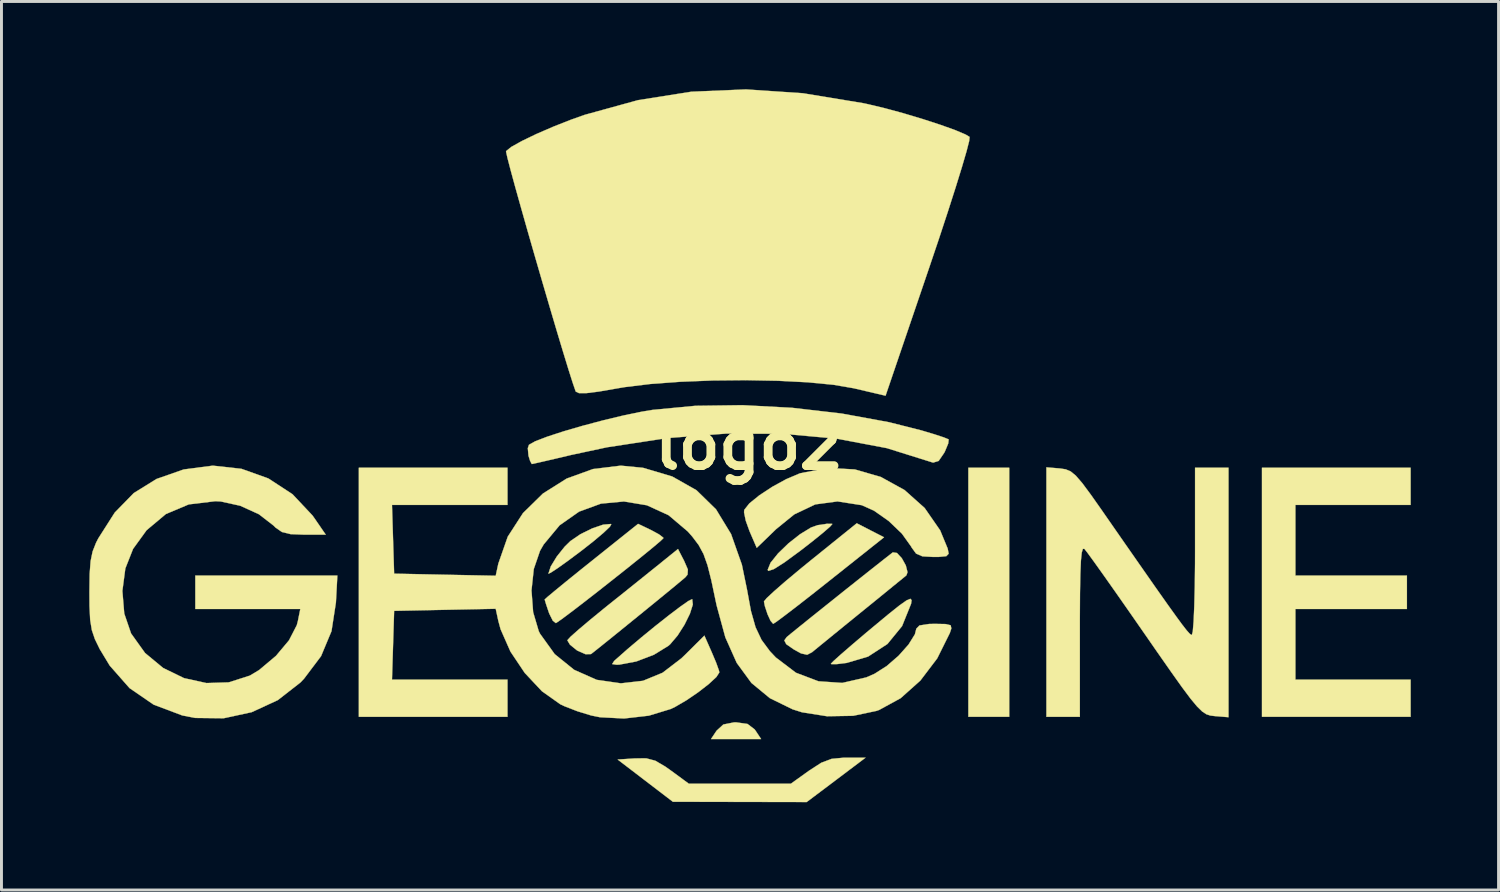
<source format=kicad_pcb>
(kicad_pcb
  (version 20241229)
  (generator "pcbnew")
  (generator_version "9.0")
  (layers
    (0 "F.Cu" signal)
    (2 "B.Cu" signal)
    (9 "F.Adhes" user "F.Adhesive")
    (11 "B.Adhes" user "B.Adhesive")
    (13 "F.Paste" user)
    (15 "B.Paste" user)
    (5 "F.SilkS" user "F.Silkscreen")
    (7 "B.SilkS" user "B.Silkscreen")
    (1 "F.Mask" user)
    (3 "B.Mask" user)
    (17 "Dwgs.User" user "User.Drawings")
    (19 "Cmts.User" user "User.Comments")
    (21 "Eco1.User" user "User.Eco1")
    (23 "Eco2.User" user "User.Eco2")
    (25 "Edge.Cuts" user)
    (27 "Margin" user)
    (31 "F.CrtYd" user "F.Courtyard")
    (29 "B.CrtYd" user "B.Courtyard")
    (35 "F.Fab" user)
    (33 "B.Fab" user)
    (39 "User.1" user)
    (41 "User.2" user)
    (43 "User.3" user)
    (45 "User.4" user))
  (footprint "logo2"
    (layer "F.Cu")
    (at 22.547 12.172)
    (property "Reference" "logo2" (at 0 0 0) (layer "F.SilkS") (effects (font (size 1.524 1.524) (thickness 0.3))))
    (attr through_hole)
    (fp_poly (pts (xy 8.89 9.271) (xy 7.493 9.271) (xy 7.493 0.762) (xy 8.89 0.762) (xy 8.89 9.271)) (stroke (width 0.01) (type solid)) (fill yes) (layer "F.SilkS"))
    (fp_poly (pts (xy -0.054 9.516) (xy 0.192 9.704) (xy 0.222 9.747) (xy 0.412 10.033) (xy -1.301 10.033) (xy -1.111 9.747) (xy -0.88 9.535) (xy -0.517 9.463) (xy -0.445 9.461) (xy -0.054 9.516)) (stroke (width 0.01) (type solid)) (fill yes) (layer "F.SilkS"))
    (fp_poly (pts (xy 22.606 2.032) (xy 18.669 2.032) (xy 18.669 4.445) (xy 22.479 4.445) (xy 22.479 5.588) (xy 18.669 5.588) (xy 18.669 8.001) (xy 22.606 8.001) (xy 22.606 9.271) (xy 17.526 9.271) (xy 17.526 0.762) (xy 22.606 0.762) (xy 22.606 2.032)) (stroke (width 0.01) (type solid)) (fill yes) (layer "F.SilkS"))
    (fp_poly (pts (xy -4.708 2.689) (xy -4.755 2.776) (xy -4.972 2.983) (xy -5.321 3.277) (xy -5.725 3.594) (xy -6.175 3.931) (xy -6.54 4.192) (xy -6.781 4.35) (xy -6.858 4.382) (xy -6.776 4.133) (xy -6.571 3.796) (xy -6.3 3.457) (xy -6.104 3.265) (xy -5.762 3.032) (xy -5.36 2.834) (xy -4.985 2.706) (xy -4.724 2.684) (xy -4.708 2.689)) (stroke (width 0.01) (type solid)) (fill yes) (layer "F.SilkS"))
    (fp_poly (pts (xy 2.846 2.684) (xy 2.768 2.774) (xy 2.525 2.985) (xy 2.158 3.282) (xy 1.76 3.591) (xy 1.213 3.993) (xy 0.845 4.226) (xy 0.659 4.287) (xy 0.635 4.252) (xy 0.734 4.008) (xy 0.992 3.687) (xy 1.347 3.344) (xy 1.742 3.033) (xy 2.115 2.805) (xy 2.341 2.724) (xy 2.652 2.678) (xy 2.833 2.677) (xy 2.846 2.684)) (stroke (width 0.01) (type solid)) (fill yes) (layer "F.SilkS"))
    (fp_poly (pts (xy 2.975 11.427) (xy 1.968 12.185) (xy -2.603 12.176) (xy -3.547 11.454) (xy -4.491 10.732) (xy -3.892 10.693) (xy -3.511 10.692) (xy -3.204 10.773) (xy -2.863 10.973) (xy -2.677 11.105) (xy -2.061 11.557) (xy 1.43 11.557) (xy 2.049 11.113) (xy 2.466 10.843) (xy 2.822 10.709) (xy 3.238 10.669) (xy 3.324 10.668) (xy 3.981 10.668) (xy 2.975 11.427)) (stroke (width 0.01) (type solid)) (fill yes) (layer "F.SilkS"))
    (fp_poly (pts (xy 5.554 5.287) (xy 5.536 5.41) (xy 5.228 6.173) (xy 4.729 6.783) (xy 4.067 7.214) (xy 3.334 7.431) (xy 3.006 7.471) (xy 2.815 7.473) (xy 2.794 7.461) (xy 2.886 7.365) (xy 3.14 7.137) (xy 3.52 6.808) (xy 3.993 6.406) (xy 4.21 6.225) (xy 4.758 5.77) (xy 5.141 5.464) (xy 5.384 5.293) (xy 5.513 5.239) (xy 5.554 5.287)) (stroke (width 0.01) (type solid)) (fill yes) (layer "F.SilkS"))
    (fp_poly (pts (xy 4.146 2.899) (xy 4.612 3.138) (xy 2.751 4.617) (xy 2.163 5.082) (xy 1.644 5.487) (xy 1.226 5.807) (xy 0.942 6.019) (xy 0.823 6.096) (xy 0.823 6.096) (xy 0.734 5.992) (xy 0.632 5.77) (xy 0.539 5.489) (xy 0.508 5.331) (xy 0.602 5.216) (xy 0.862 4.974) (xy 1.254 4.633) (xy 1.746 4.222) (xy 2.094 3.938) (xy 3.68 2.659) (xy 4.146 2.899)) (stroke (width 0.01) (type solid)) (fill yes) (layer "F.SilkS"))
    (fp_poly (pts (xy -1.943 5.253) (xy -1.922 5.436) (xy -2.022 5.75) (xy -2.208 6.127) (xy -2.445 6.498) (xy -2.698 6.795) (xy -2.756 6.846) (xy -3.25 7.15) (xy -3.854 7.381) (xy -4.436 7.49) (xy -4.528 7.493) (xy -4.679 7.47) (xy -4.611 7.364) (xy -4.567 7.324) (xy -4.152 6.957) (xy -3.683 6.561) (xy -3.201 6.167) (xy -2.745 5.807) (xy -2.357 5.513) (xy -2.078 5.317) (xy -1.947 5.252) (xy -1.943 5.253)) (stroke (width 0.01) (type solid)) (fill yes) (layer "F.SilkS"))
    (fp_poly (pts (xy -3.357 2.887) (xy -3.078 3.038) (xy -2.932 3.15) (xy -2.926 3.167) (xy -3.022 3.261) (xy -3.28 3.48) (xy -3.663 3.793) (xy -4.132 4.17) (xy -4.648 4.579) (xy -5.172 4.992) (xy -5.667 5.377) (xy -6.094 5.704) (xy -6.414 5.943) (xy -6.589 6.063) (xy -6.603 6.07) (xy -6.706 5.99) (xy -6.828 5.745) (xy -6.844 5.702) (xy -6.939 5.419) (xy -6.984 5.268) (xy -6.985 5.263) (xy -6.891 5.177) (xy -6.632 4.961) (xy -6.24 4.64) (xy -5.749 4.243) (xy -5.389 3.955) (xy -3.793 2.679) (xy -3.357 2.887)) (stroke (width 0.01) (type solid)) (fill yes) (layer "F.SilkS"))
    (fp_poly (pts (xy -2.219 3.944) (xy -2.092 4.238) (xy -2.102 4.413) (xy -2.179 4.506) (xy -2.33 4.634) (xy -2.634 4.886) (xy -3.049 5.226) (xy -3.53 5.619) (xy -4.035 6.029) (xy -4.518 6.421) (xy -4.937 6.759) (xy -5.248 7.008) (xy -5.403 7.129) (xy -5.59 7.133) (xy -5.864 7.012) (xy -5.89 6.995) (xy -6.12 6.808) (xy -6.209 6.662) (xy -6.207 6.652) (xy -6.1 6.535) (xy -5.83 6.295) (xy -5.436 5.962) (xy -4.957 5.57) (xy -4.832 5.469) (xy -4.28 5.028) (xy -3.749 4.602) (xy -3.295 4.237) (xy -2.978 3.982) (xy -2.961 3.968) (xy -2.429 3.538) (xy -2.219 3.944)) (stroke (width 0.01) (type solid)) (fill yes) (layer "F.SilkS"))
    (fp_poly (pts (xy 5.054 3.674) (xy 5.219 3.852) (xy 5.356 4.099) (xy 5.414 4.329) (xy 5.377 4.437) (xy 5.245 4.546) (xy 4.953 4.783) (xy 4.54 5.12) (xy 4.043 5.524) (xy 3.81 5.713) (xy 3.278 6.145) (xy 2.806 6.53) (xy 2.432 6.835) (xy 2.199 7.026) (xy 2.154 7.064) (xy 1.985 7.152) (xy 1.776 7.106) (xy 1.532 6.972) (xy 1.27 6.79) (xy 1.204 6.662) (xy 1.284 6.55) (xy 1.424 6.433) (xy 1.723 6.191) (xy 2.14 5.855) (xy 2.636 5.458) (xy 3.169 5.032) (xy 3.699 4.61) (xy 4.186 4.224) (xy 4.59 3.905) (xy 4.87 3.686) (xy 4.913 3.653) (xy 5.054 3.674)) (stroke (width 0.01) (type solid)) (fill yes) (layer "F.SilkS"))
    (fp_poly (pts (xy 3.614 0.819) (xy 4.503 1.077) (xy 5.312 1.523) (xy 6 2.137) (xy 6.529 2.9) (xy 6.787 3.524) (xy 6.82 3.699) (xy 6.74 3.783) (xy 6.489 3.808) (xy 6.298 3.81) (xy 5.923 3.789) (xy 5.707 3.695) (xy 5.554 3.486) (xy 5.536 3.451) (xy 5.223 3.014) (xy 4.772 2.582) (xy 4.272 2.23) (xy 3.851 2.041) (xy 3.022 1.912) (xy 2.262 2.014) (xy 1.543 2.356) (xy 0.925 2.858) (xy 0.262 3.499) (xy 0.017 2.933) (xy -0.115 2.567) (xy -0.172 2.283) (xy -0.165 2.201) (xy 0.009 1.981) (xy 0.351 1.703) (xy 0.794 1.412) (xy 1.274 1.149) (xy 1.724 0.958) (xy 1.752 0.949) (xy 2.684 0.769) (xy 3.614 0.819)) (stroke (width 0.01) (type solid)) (fill yes) (layer "F.SilkS"))
    (fp_poly (pts (xy 1.469 -1.287) (xy 3.162 -1.091) (xy 4.784 -0.794) (xy 5.891 -0.514) (xy 6.328 -0.383) (xy 6.659 -0.274) (xy 6.818 -0.209) (xy 6.821 -0.206) (xy 6.806 -0.069) (xy 6.696 0.197) (xy 6.668 0.252) (xy 6.478 0.529) (xy 6.29 0.586) (xy 6.246 0.573) (xy 4.706 0.091) (xy 2.999 -0.232) (xy 1.158 -0.398) (xy -0.787 -0.405) (xy -2.801 -0.252) (xy -4.854 0.062) (xy -6.074 0.323) (xy -6.615 0.451) (xy -7.055 0.553) (xy -7.342 0.618) (xy -7.425 0.635) (xy -7.482 0.53) (xy -7.538 0.351) (xy -7.561 0.093) (xy -7.521 -0.023) (xy -7.308 -0.143) (xy -6.898 -0.3) (xy -6.341 -0.482) (xy -5.689 -0.672) (xy -4.992 -0.857) (xy -4.301 -1.023) (xy -3.667 -1.154) (xy -3.302 -1.215) (xy -1.836 -1.355) (xy -0.221 -1.377) (xy 1.469 -1.287)) (stroke (width 0.01) (type solid)) (fill yes) (layer "F.SilkS"))
    (fp_poly (pts (xy 10.624 0.786) (xy 10.818 0.815) (xy 10.988 0.886) (xy 11.167 1.033) (xy 11.388 1.29) (xy 11.684 1.689) (xy 12.089 2.265) (xy 12.103 2.286) (xy 12.835 3.339) (xy 13.437 4.202) (xy 13.92 4.893) (xy 14.3 5.431) (xy 14.589 5.834) (xy 14.8 6.121) (xy 14.947 6.31) (xy 15.044 6.42) (xy 15.103 6.469) (xy 15.13 6.477) (xy 15.162 6.356) (xy 15.19 6.017) (xy 15.213 5.495) (xy 15.23 4.827) (xy 15.239 4.049) (xy 15.24 3.619) (xy 15.24 0.762) (xy 16.383 0.762) (xy 16.383 9.286) (xy 15.909 9.247) (xy 15.762 9.229) (xy 15.627 9.185) (xy 15.484 9.091) (xy 15.313 8.924) (xy 15.092 8.659) (xy 14.803 8.273) (xy 14.425 7.742) (xy 13.936 7.043) (xy 13.524 6.448) (xy 13.006 5.703) (xy 12.53 5.022) (xy 12.116 4.435) (xy 11.785 3.971) (xy 11.558 3.66) (xy 11.458 3.533) (xy 11.407 3.532) (xy 11.368 3.66) (xy 11.339 3.94) (xy 11.32 4.396) (xy 11.308 5.049) (xy 11.303 5.925) (xy 11.303 6.325) (xy 11.303 9.271) (xy 10.16 9.271) (xy 10.16 0.747) (xy 10.624 0.786)) (stroke (width 0.01) (type solid)) (fill yes) (layer "F.SilkS"))
    (fp_poly (pts (xy 1.838 -12.036) (xy 3.891 -11.698) (xy 4.057 -11.663) (xy 4.635 -11.525) (xy 5.276 -11.351) (xy 5.926 -11.156) (xy 6.532 -10.959) (xy 7.041 -10.777) (xy 7.398 -10.626) (xy 7.536 -10.543) (xy 7.521 -10.404) (xy 7.431 -10.052) (xy 7.274 -9.516) (xy 7.059 -8.821) (xy 6.795 -7.997) (xy 6.49 -7.07) (xy 6.153 -6.071) (xy 4.664 -1.7) (xy 3.57 -1.956) (xy 2.887 -2.073) (xy 2.007 -2.158) (xy 0.987 -2.21) (xy -0.116 -2.231) (xy -1.248 -2.22) (xy -2.351 -2.176) (xy -3.37 -2.101) (xy -4.248 -1.994) (xy -4.49 -1.953) (xy -5.131 -1.842) (xy -5.56 -1.788) (xy -5.811 -1.788) (xy -5.921 -1.84) (xy -5.928 -1.854) (xy -6.025 -2.136) (xy -6.173 -2.602) (xy -6.362 -3.219) (xy -6.582 -3.951) (xy -6.823 -4.765) (xy -7.075 -5.625) (xy -7.328 -6.496) (xy -7.572 -7.345) (xy -7.796 -8.136) (xy -7.992 -8.836) (xy -8.148 -9.408) (xy -8.255 -9.819) (xy -8.303 -10.035) (xy -8.303 -10.058) (xy -8.127 -10.201) (xy -7.764 -10.404) (xy -7.266 -10.644) (xy -6.684 -10.896) (xy -6.071 -11.137) (xy -5.616 -11.298) (xy -3.798 -11.799) (xy -1.972 -12.088) (xy -0.105 -12.167) (xy 1.838 -12.036)) (stroke (width 0.01) (type solid)) (fill yes) (layer "F.SilkS"))
    (fp_poly (pts (xy -17.346 0.798) (xy -16.425 1.128) (xy -15.602 1.666) (xy -14.917 2.395) (xy -14.844 2.498) (xy -14.466 3.048) (xy -15.212 3.048) (xy -15.668 3.03) (xy -15.962 2.958) (xy -16.182 2.806) (xy -16.25 2.737) (xy -16.75 2.35) (xy -17.389 2.06) (xy -18.053 1.914) (xy -18.24 1.905) (xy -19.147 2.014) (xy -19.928 2.343) (xy -20.586 2.894) (xy -21.05 3.534) (xy -21.314 4.202) (xy -21.415 4.97) (xy -21.351 5.743) (xy -21.119 6.422) (xy -21.117 6.426) (xy -20.641 7.091) (xy -20.022 7.604) (xy -19.308 7.951) (xy -18.544 8.119) (xy -17.78 8.095) (xy -17.061 7.865) (xy -16.744 7.675) (xy -16.166 7.189) (xy -15.722 6.659) (xy -15.455 6.141) (xy -15.418 6) (xy -15.335 5.588) (xy -18.923 5.588) (xy -18.923 4.445) (xy -14.069 4.445) (xy -14.118 5.366) (xy -14.269 6.345) (xy -14.626 7.199) (xy -15.211 7.974) (xy -15.335 8.103) (xy -16.104 8.702) (xy -16.996 9.114) (xy -17.956 9.322) (xy -18.925 9.311) (xy -19.367 9.226) (xy -20.347 8.857) (xy -21.17 8.292) (xy -21.848 7.522) (xy -22.189 6.958) (xy -22.355 6.617) (xy -22.459 6.31) (xy -22.516 5.959) (xy -22.539 5.488) (xy -22.542 5.016) (xy -22.534 4.395) (xy -22.501 3.954) (xy -22.432 3.621) (xy -22.314 3.323) (xy -22.238 3.175) (xy -21.675 2.292) (xy -21.025 1.626) (xy -20.247 1.144) (xy -19.32 0.82) (xy -18.325 0.69) (xy -17.346 0.798)) (stroke (width 0.01) (type solid)) (fill yes) (layer "F.SilkS"))
    (fp_poly (pts (xy -3.626 0.763) (xy -2.627 1.06) (xy -1.797 1.53) (xy -1.129 2.183) (xy -0.615 3.027) (xy -0.246 4.073) (xy -0.073 4.913) (xy 0.064 5.656) (xy 0.221 6.211) (xy 0.427 6.646) (xy 0.709 7.027) (xy 0.914 7.245) (xy 1.602 7.767) (xy 2.37 8.058) (xy 3.183 8.114) (xy 4.004 7.926) (xy 4.289 7.801) (xy 4.705 7.536) (xy 5.11 7.184) (xy 5.449 6.803) (xy 5.666 6.454) (xy 5.715 6.261) (xy 5.821 6.151) (xy 6.151 6.1) (xy 6.347 6.096) (xy 6.718 6.103) (xy 6.889 6.144) (xy 6.912 6.253) (xy 6.86 6.409) (xy 6.429 7.276) (xy 5.853 8.034) (xy 5.178 8.637) (xy 4.446 9.037) (xy 4.358 9.069) (xy 3.555 9.238) (xy 2.666 9.253) (xy 1.81 9.118) (xy 1.487 9.016) (xy 0.71 8.635) (xy 0.08 8.115) (xy -0.421 7.431) (xy -0.811 6.558) (xy -1.108 5.469) (xy -1.139 5.323) (xy -1.289 4.612) (xy -1.42 4.093) (xy -1.557 3.709) (xy -1.723 3.402) (xy -1.94 3.115) (xy -2.094 2.94) (xy -2.75 2.384) (xy -3.492 2.044) (xy -4.276 1.914) (xy -5.062 1.988) (xy -5.809 2.261) (xy -6.475 2.728) (xy -7.019 3.383) (xy -7.144 3.601) (xy -7.357 4.222) (xy -7.435 4.955) (xy -7.379 5.697) (xy -7.188 6.343) (xy -7.144 6.432) (xy -6.642 7.13) (xy -5.979 7.666) (xy -5.206 8.009) (xy -4.381 8.128) (xy -3.625 8.042) (xy -2.955 7.766) (xy -2.311 7.272) (xy -2.192 7.158) (xy -1.527 6.497) (xy -1.272 7.075) (xy -1.123 7.429) (xy -1.031 7.686) (xy -1.016 7.755) (xy -1.116 7.911) (xy -1.376 8.152) (xy -1.737 8.432) (xy -2.14 8.707) (xy -2.527 8.933) (xy -2.677 9.005) (xy -3.425 9.233) (xy -4.272 9.33) (xy -5.095 9.287) (xy -5.397 9.226) (xy -5.867 9.082) (xy -6.31 8.91) (xy -6.452 8.843) (xy -7.08 8.397) (xy -7.666 7.772) (xy -8.155 7.042) (xy -8.491 6.281) (xy -8.568 5.997) (xy -8.658 5.581) (xy -10.393 5.616) (xy -12.129 5.652) (xy -12.202 8.001) (xy -8.255 8.001) (xy -8.255 9.271) (xy -13.335 9.271) (xy -13.335 0.762) (xy -8.255 0.762) (xy -8.255 2.032) (xy -12.202 2.032) (xy -12.129 4.381) (xy -10.393 4.417) (xy -8.658 4.452) (xy -8.568 4.036) (xy -8.247 3.118) (xy -7.726 2.311) (xy -7.042 1.641) (xy -6.232 1.131) (xy -5.334 0.806) (xy -4.385 0.69) (xy -3.626 0.763)) (stroke (width 0.01) (type solid)) (fill yes) (layer "F.SilkS")))
  (gr_rect
    (start -3 -3)
    (end 48.158 27.362)
    (stroke (width 0.1) (type default))
    (fill no)
    (layer "Edge.Cuts")))
</source>
